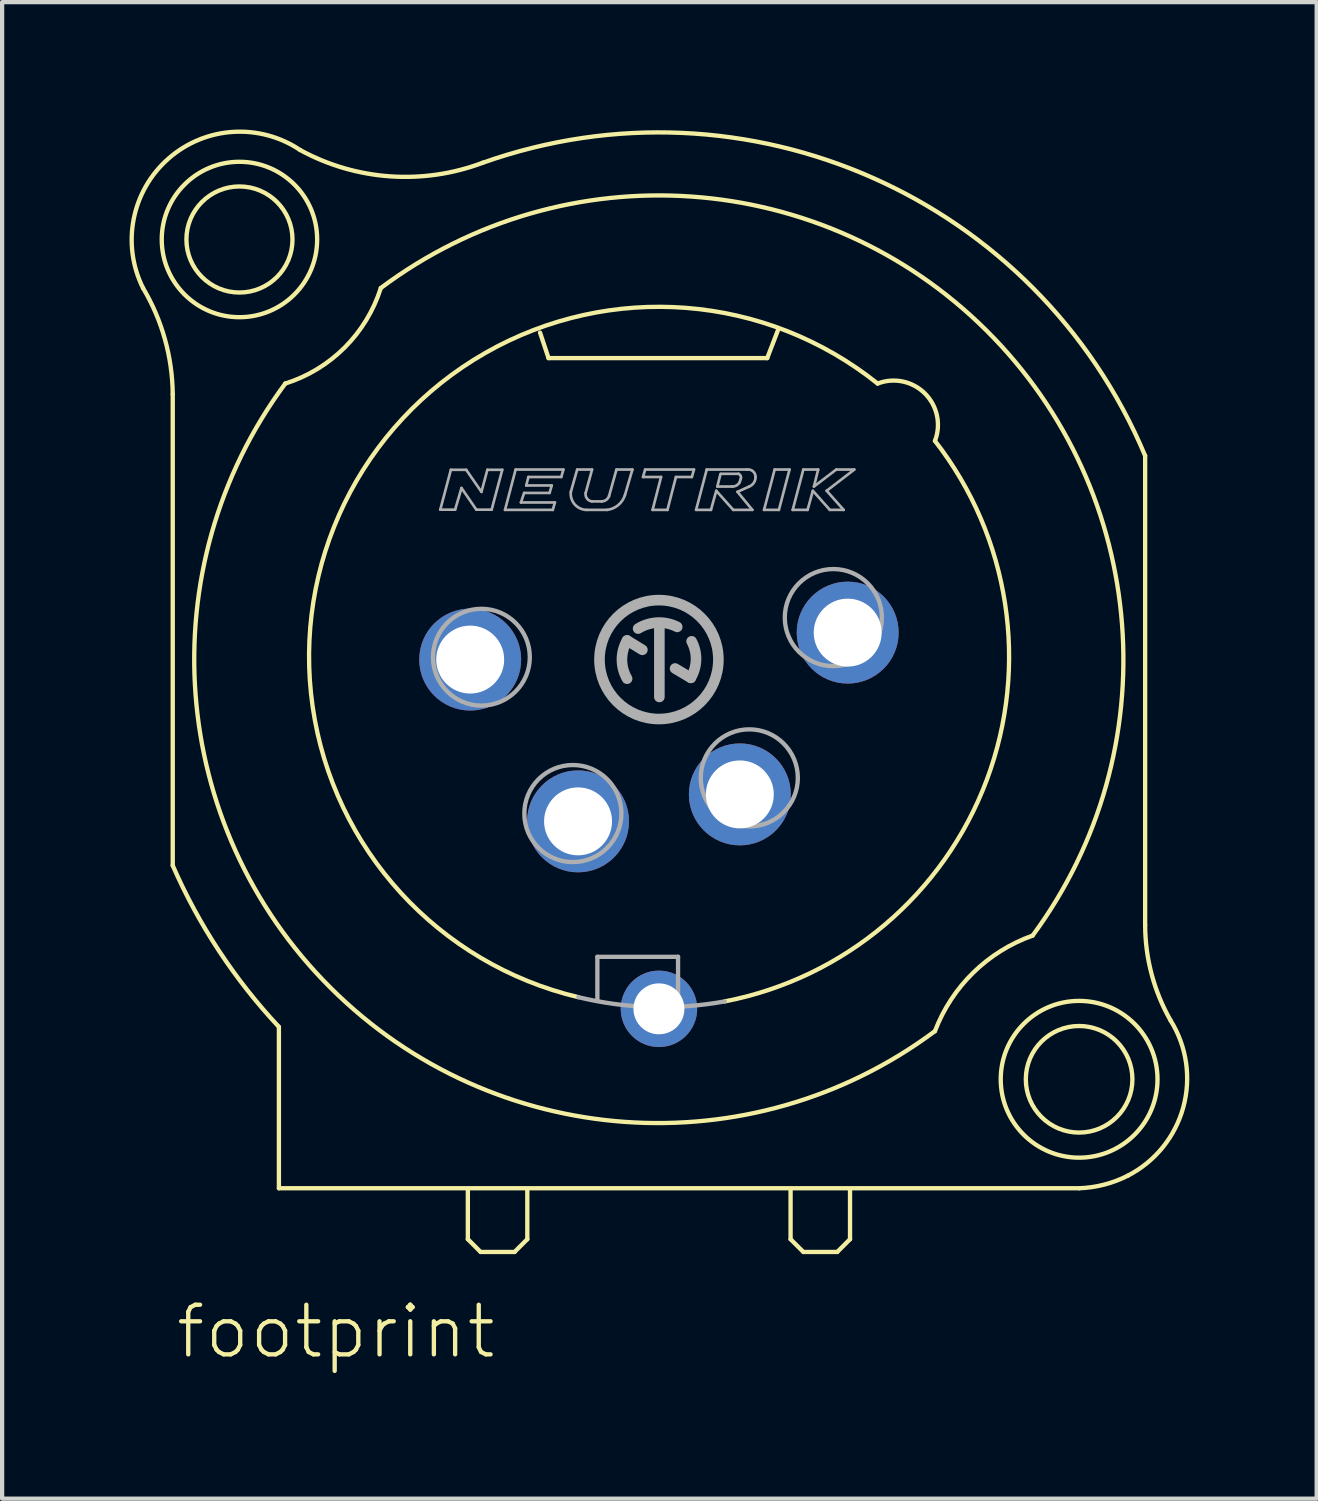
<source format=kicad_pcb>
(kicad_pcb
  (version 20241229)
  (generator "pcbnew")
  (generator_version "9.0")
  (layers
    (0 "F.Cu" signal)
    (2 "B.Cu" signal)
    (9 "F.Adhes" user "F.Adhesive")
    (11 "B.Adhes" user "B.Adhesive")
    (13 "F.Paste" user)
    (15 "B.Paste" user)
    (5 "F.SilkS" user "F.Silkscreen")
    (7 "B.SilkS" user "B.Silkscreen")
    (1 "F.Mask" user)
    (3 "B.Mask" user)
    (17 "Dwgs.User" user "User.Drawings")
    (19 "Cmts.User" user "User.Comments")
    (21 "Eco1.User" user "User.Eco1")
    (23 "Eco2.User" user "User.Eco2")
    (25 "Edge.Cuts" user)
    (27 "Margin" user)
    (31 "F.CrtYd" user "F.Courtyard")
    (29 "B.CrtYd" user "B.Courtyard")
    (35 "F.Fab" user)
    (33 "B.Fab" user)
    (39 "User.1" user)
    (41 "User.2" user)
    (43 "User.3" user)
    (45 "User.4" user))
  (footprint "footprint"
    (layer "F.Cu")
    (at 12.468 12.483)
    (property "Reference" "footprint" (at -11.43 16.51 0) (layer "F.SilkS") (effects (font (size 1.168 1.168) (thickness 0.102)) (justify left bottom)))
    (fp_line (start -11.45 -6.25) (end -11.45 4.85) (stroke (width 0.102) (type solid)) (layer "F.SilkS"))
    (fp_line (start -8.95 8.65) (end -8.95 12.45) (stroke (width 0.102) (type solid)) (layer "F.SilkS"))
    (fp_line (start -8.95 12.45) (end 9.9 12.45) (stroke (width 0.102) (type solid)) (layer "F.SilkS"))
    (fp_line (start -4.5 12.5) (end -4.5 13.65) (stroke (width 0.102) (type solid)) (layer "F.SilkS"))
    (fp_line (start -4.5 13.65) (end -4.2 13.95) (stroke (width 0.102) (type solid)) (layer "F.SilkS"))
    (fp_line (start -4.2 13.95) (end -3.4 13.95) (stroke (width 0.102) (type solid)) (layer "F.SilkS"))
    (fp_line (start -3.4 13.95) (end -3.1 13.65) (stroke (width 0.102) (type solid)) (layer "F.SilkS"))
    (fp_line (start -3.1 13.65) (end -3.1 12.5) (stroke (width 0.102) (type solid)) (layer "F.SilkS"))
    (fp_line (start -2.8 -7.7) (end -2.6 -7.1) (stroke (width 0.102) (type solid)) (layer "F.SilkS"))
    (fp_line (start -2.6 -7.1) (end 2.55 -7.1) (stroke (width 0.102) (type solid)) (layer "F.SilkS"))
    (fp_line (start 2.55 -7.1) (end 2.8 -7.75) (stroke (width 0.102) (type solid)) (layer "F.SilkS"))
    (fp_line (start 3.1 12.5) (end 3.1 13.65) (stroke (width 0.102) (type solid)) (layer "F.SilkS"))
    (fp_line (start 3.1 13.65) (end 3.4 13.95) (stroke (width 0.102) (type solid)) (layer "F.SilkS"))
    (fp_line (start 3.4 13.95) (end 4.2 13.95) (stroke (width 0.102) (type solid)) (layer "F.SilkS"))
    (fp_line (start 4.2 13.95) (end 4.5 13.65) (stroke (width 0.102) (type solid)) (layer "F.SilkS"))
    (fp_line (start 4.5 13.65) (end 4.5 12.5) (stroke (width 0.102) (type solid)) (layer "F.SilkS"))
    (fp_line (start 11.45 6.25) (end 11.45 -4.8) (stroke (width 0.102) (type solid)) (layer "F.SilkS"))
    (fp_arc (start -12.15 -8.75) (mid -11.634641 -7.5463) (end -11.45 -6.25) (stroke (width 0.1016) (type solid)) (layer "F.SilkS"))
    (fp_arc (start -12.149999 -8.75) (mid -11.550562 -11.798717) (end -8.45 -12) (stroke (width 0.1016) (type solid)) (layer "F.SilkS"))
    (fp_arc (start -8.95 8.65) (mid -10.362445 6.856872) (end -11.45 4.85) (stroke (width 0.1016) (type solid)) (layer "F.SilkS"))
    (fp_arc (start -6.55 -8.75) (mid 7.709645 -7.752825) (end 8.799998 6.499998) (stroke (width 0.1016) (type solid)) (layer "F.SilkS"))
    (fp_arc (start -6.55 -8.749999) (mid -7.399996 -7.349995) (end -8.8 -6.5) (stroke (width 0.1016) (type solid)) (layer "F.SilkS"))
    (fp_arc (start -4.15 -11.7) (mid -6.332781 -11.380141) (end -8.45 -12) (stroke (width 0.1016) (type solid)) (layer "F.SilkS"))
    (fp_arc (start -4.15 -11.7) (mid 5.021613 -11.351038) (end 11.45 -4.8) (stroke (width 0.1016) (type solid)) (layer "F.SilkS"))
    (fp_arc (start -1.9 7.95) (mid -7.405 -3.680638) (end 5.149998 -6.499999) (stroke (width 0.1016) (type solid)) (layer "F.SilkS"))
    (fp_arc (start 5.15 -6.5) (mid 6.265153 -6.265153) (end 6.5 -5.15) (stroke (width 0.1016) (type solid)) (layer "F.SilkS"))
    (fp_arc (start 6.5 -5.15) (mid 7.719787 2.835545) (end 1.550002 8.050001) (stroke (width 0.1016) (type solid)) (layer "F.SilkS"))
    (fp_arc (start 6.5 8.75) (mid -7.7333 7.729886) (end -8.799998 -6.499998) (stroke (width 0.1016) (type solid)) (layer "F.SilkS"))
    (fp_arc (start 6.500001 8.749999) (mid 7.402452 7.37195) (end 8.8 6.5) (stroke (width 0.1016) (type solid)) (layer "F.SilkS"))
    (fp_arc (start 11.05 12.15) (mid 10.491533 12.363377) (end 9.9 12.45) (stroke (width 0.1016) (type solid)) (layer "F.SilkS"))
    (fp_arc (start 12.05 8.5) (mid 12.348211 10.543688) (end 11.05 12.15) (stroke (width 0.1016) (type solid)) (layer "F.SilkS"))
    (fp_arc (start 12.05 8.5) (mid 11.603713 7.41401) (end 11.45 6.25) (stroke (width 0.1016) (type solid)) (layer "F.SilkS"))
    (fp_circle (center -9.879 -9.893) (end -8.63 -9.893) (stroke (width 0.102) (type solid)) (fill no) (layer "F.SilkS"))
    (fp_circle (center -9.879 -9.893) (end -8.049 -9.893) (stroke (width 0.102) (type solid)) (fill no) (layer "F.SilkS"))
    (fp_circle (center 9.895 9.884) (end 11.15 9.884) (stroke (width 0.102) (type solid)) (fill no) (layer "F.SilkS"))
    (fp_circle (center 9.895 9.884) (end 11.741 9.884) (stroke (width 0.102) (type solid)) (fill no) (layer "F.SilkS"))
    (fp_line (start -5.15 -3.53) (end -4.9 -4.47) (stroke (width 0.063) (type solid)) (layer "F.Fab"))
    (fp_line (start -4.9 -4.47) (end -4.54 -4.47) (stroke (width 0.063) (type solid)) (layer "F.Fab"))
    (fp_line (start -4.8 -3.53) (end -5.15 -3.53) (stroke (width 0.063) (type solid)) (layer "F.Fab"))
    (fp_line (start -4.65 -4.04) (end -4.8 -3.53) (stroke (width 0.063) (type solid)) (layer "F.Fab"))
    (fp_line (start -4.54 -4.47) (end -4.18 -3.95) (stroke (width 0.063) (type solid)) (layer "F.Fab"))
    (fp_line (start -4.3 -3.53) (end -4.65 -4.04) (stroke (width 0.063) (type solid)) (layer "F.Fab"))
    (fp_line (start -4.18 -3.95) (end -4.04 -4.47) (stroke (width 0.063) (type solid)) (layer "F.Fab"))
    (fp_line (start -4.04 -4.47) (end -3.69 -4.47) (stroke (width 0.063) (type solid)) (layer "F.Fab"))
    (fp_line (start -3.94 -3.53) (end -4.3 -3.53) (stroke (width 0.063) (type solid)) (layer "F.Fab"))
    (fp_line (start -3.69 -4.47) (end -3.94 -3.53) (stroke (width 0.063) (type solid)) (layer "F.Fab"))
    (fp_line (start -3.625 -3.525) (end -3.375 -4.475) (stroke (width 0.063) (type solid)) (layer "F.Fab"))
    (fp_line (start -3.375 -4.475) (end -2.25 -4.475) (stroke (width 0.063) (type solid)) (layer "F.Fab"))
    (fp_line (start -3.25 -3.7) (end -2.45 -3.7) (stroke (width 0.063) (type solid)) (layer "F.Fab"))
    (fp_line (start -3.175 -3.925) (end -3.25 -3.7) (stroke (width 0.063) (type solid)) (layer "F.Fab"))
    (fp_line (start -3.125 -4.1) (end -2.525 -4.1) (stroke (width 0.063) (type solid)) (layer "F.Fab"))
    (fp_line (start -3.075 -4.3) (end -3.125 -4.1) (stroke (width 0.063) (type solid)) (layer "F.Fab"))
    (fp_line (start -2.575 -3.925) (end -3.175 -3.925) (stroke (width 0.063) (type solid)) (layer "F.Fab"))
    (fp_line (start -2.525 -4.1) (end -2.575 -3.925) (stroke (width 0.063) (type solid)) (layer "F.Fab"))
    (fp_line (start -2.5 -3.525) (end -3.625 -3.525) (stroke (width 0.063) (type solid)) (layer "F.Fab"))
    (fp_line (start -2.45 -3.7) (end -2.5 -3.525) (stroke (width 0.063) (type solid)) (layer "F.Fab"))
    (fp_line (start -2.3 -4.3) (end -3.075 -4.3) (stroke (width 0.063) (type solid)) (layer "F.Fab"))
    (fp_line (start -2.25 -4.475) (end -2.3 -4.3) (stroke (width 0.063) (type solid)) (layer "F.Fab"))
    (fp_line (start -2.075 -3.95) (end -1.925 -4.475) (stroke (width 0.063) (type solid)) (layer "F.Fab"))
    (fp_line (start -1.925 -4.475) (end -1.575 -4.475) (stroke (width 0.063) (type solid)) (layer "F.Fab"))
    (fp_line (start -1.575 -4.475) (end -1.725 -3.925) (stroke (width 0.063) (type solid)) (layer "F.Fab"))
    (fp_line (start -1.575 -3.725) (end -1.35 -3.725) (stroke (width 0.063) (type solid)) (layer "F.Fab"))
    (fp_line (start -1.45 7) (end 0.45 7) (stroke (width 0.102) (type solid)) (layer "F.Fab"))
    (fp_line (start -1.45 8) (end -1.45 7) (stroke (width 0.102) (type solid)) (layer "F.Fab"))
    (fp_line (start -1.225 -3.525) (end -1.7 -3.525) (stroke (width 0.063) (type solid)) (layer "F.Fab"))
    (fp_line (start -1.175 -3.85) (end -1 -4.475) (stroke (width 0.063) (type solid)) (layer "F.Fab"))
    (fp_line (start -1 -4.475) (end -0.625 -4.475) (stroke (width 0.063) (type solid)) (layer "F.Fab"))
    (fp_line (start -0.75 -0.45) (end -0.39 -0.23) (stroke (width 0.25) (type solid)) (layer "F.Fab"))
    (fp_line (start -0.625 -4.475) (end -0.8 -3.875) (stroke (width 0.063) (type solid)) (layer "F.Fab"))
    (fp_line (start -0.375 -4.3) (end -0.325 -4.475) (stroke (width 0.063) (type solid)) (layer "F.Fab"))
    (fp_line (start -0.325 -4.475) (end 0.825 -4.475) (stroke (width 0.063) (type solid)) (layer "F.Fab"))
    (fp_line (start -0.15 -3.525) (end 0.05 -4.3) (stroke (width 0.063) (type solid)) (layer "F.Fab"))
    (fp_line (start 0.01 0.88) (end 0.01 -0.78) (stroke (width 0.25) (type solid)) (layer "F.Fab"))
    (fp_line (start 0.05 -4.3) (end -0.375 -4.3) (stroke (width 0.063) (type solid)) (layer "F.Fab"))
    (fp_line (start 0.2 -3.525) (end -0.15 -3.525) (stroke (width 0.063) (type solid)) (layer "F.Fab"))
    (fp_line (start 0.38 0.21) (end 0.75 0.43) (stroke (width 0.25) (type solid)) (layer "F.Fab"))
    (fp_line (start 0.4 -4.3) (end 0.2 -3.525) (stroke (width 0.063) (type solid)) (layer "F.Fab"))
    (fp_line (start 0.45 7) (end 0.45 8.15) (stroke (width 0.102) (type solid)) (layer "F.Fab"))
    (fp_line (start 0.775 -4.3) (end 0.4 -4.3) (stroke (width 0.063) (type solid)) (layer "F.Fab"))
    (fp_line (start 0.825 -4.475) (end 0.775 -4.3) (stroke (width 0.063) (type solid)) (layer "F.Fab"))
    (fp_line (start 0.875 -3.525) (end 1.125 -4.475) (stroke (width 0.063) (type solid)) (layer "F.Fab"))
    (fp_line (start 1.125 -4.475) (end 2.075 -4.475) (stroke (width 0.063) (type solid)) (layer "F.Fab"))
    (fp_line (start 1.225 -3.525) (end 0.875 -3.525) (stroke (width 0.063) (type solid)) (layer "F.Fab"))
    (fp_line (start 1.35 -3.975) (end 1.225 -3.525) (stroke (width 0.063) (type solid)) (layer "F.Fab"))
    (fp_line (start 1.375 -4.075) (end 1.725 -4.075) (stroke (width 0.063) (type solid)) (layer "F.Fab"))
    (fp_line (start 1.45 -4.375) (end 1.375 -4.075) (stroke (width 0.063) (type solid)) (layer "F.Fab"))
    (fp_line (start 1.75 -3.525) (end 1.35 -3.975) (stroke (width 0.063) (type solid)) (layer "F.Fab"))
    (fp_line (start 1.85 -3.95) (end 2.2 -3.525) (stroke (width 0.063) (type solid)) (layer "F.Fab"))
    (fp_line (start 1.875 -4.375) (end 1.475 -4.375) (stroke (width 0.063) (type solid)) (layer "F.Fab"))
    (fp_line (start 1.9 -4.175) (end 1.925 -4.25) (stroke (width 0.063) (type solid)) (layer "F.Fab"))
    (fp_line (start 2.125 -4.075) (end 1.85 -3.95) (stroke (width 0.063) (type solid)) (layer "F.Fab"))
    (fp_line (start 2.2 -3.525) (end 1.75 -3.525) (stroke (width 0.063) (type solid)) (layer "F.Fab"))
    (fp_line (start 2.475 -3.525) (end 2.725 -4.475) (stroke (width 0.063) (type solid)) (layer "F.Fab"))
    (fp_line (start 2.725 -4.475) (end 3.075 -4.475) (stroke (width 0.063) (type solid)) (layer "F.Fab"))
    (fp_line (start 2.825 -3.525) (end 2.475 -3.525) (stroke (width 0.063) (type solid)) (layer "F.Fab"))
    (fp_line (start 3.075 -4.475) (end 2.825 -3.525) (stroke (width 0.063) (type solid)) (layer "F.Fab"))
    (fp_line (start 3.15 -3.525) (end 3.5 -3.525) (stroke (width 0.063) (type solid)) (layer "F.Fab"))
    (fp_line (start 3.4 -4.475) (end 3.15 -3.525) (stroke (width 0.063) (type solid)) (layer "F.Fab"))
    (fp_line (start 3.5 -3.525) (end 3.625 -3.975) (stroke (width 0.063) (type solid)) (layer "F.Fab"))
    (fp_line (start 3.625 -3.975) (end 4.025 -3.525) (stroke (width 0.063) (type solid)) (layer "F.Fab"))
    (fp_line (start 3.65 -4.075) (end 3.75 -4.475) (stroke (width 0.063) (type solid)) (layer "F.Fab"))
    (fp_line (start 3.75 -4.475) (end 3.4 -4.475) (stroke (width 0.063) (type solid)) (layer "F.Fab"))
    (fp_line (start 3.95 -3.975) (end 4.6 -4.475) (stroke (width 0.063) (type solid)) (layer "F.Fab"))
    (fp_line (start 4.025 -3.525) (end 4.35 -3.525) (stroke (width 0.063) (type solid)) (layer "F.Fab"))
    (fp_line (start 4.175 -4.475) (end 3.65 -4.075) (stroke (width 0.063) (type solid)) (layer "F.Fab"))
    (fp_line (start 4.35 -3.525) (end 3.95 -3.975) (stroke (width 0.063) (type solid)) (layer "F.Fab"))
    (fp_line (start 4.6 -4.475) (end 4.175 -4.475) (stroke (width 0.063) (type solid)) (layer "F.Fab"))
    (fp_arc (start -1.7 -3.525) (mid -1.982521 -3.653658) (end -2.075 -3.95) (stroke (width 0.0634) (type solid)) (layer "F.Fab"))
    (fp_arc (start -1.575001 -3.724999) (mid -1.694241 -3.79182) (end -1.725 -3.925) (stroke (width 0.0634) (type solid)) (layer "F.Fab"))
    (fp_arc (start -1.175 -3.849999) (mid -1.243041 -3.760257) (end -1.35 -3.725) (stroke (width 0.0634) (type solid)) (layer "F.Fab"))
    (fp_arc (start -0.8 -3.875) (mid -0.960298 -3.636613) (end -1.224999 -3.525) (stroke (width 0.0634) (type solid)) (layer "F.Fab"))
    (fp_arc (start -0.75 0.45) (mid -0.871403 0) (end -0.75 -0.45) (stroke (width 0.25) (type solid)) (layer "F.Fab"))
    (fp_arc (start -0.49 -0.73) (mid -0.035247 -0.870661) (end 0.429999 -0.77) (stroke (width 0.25) (type solid)) (layer "F.Fab"))
    (fp_arc (start 0.769999 -0.430001) (mid 0.873225 0.002632) (end 0.75 0.43) (stroke (width 0.25) (type solid)) (layer "F.Fab"))
    (fp_arc (start 1.55 8.05) (mid -0.180258 8.181405) (end -1.9 7.95) (stroke (width 0.1016) (type solid)) (layer "F.Fab"))
    (fp_arc (start 1.875 -4.375) (mid 1.925888 -4.322855) (end 1.925 -4.25) (stroke (width 0.0634) (type solid)) (layer "F.Fab"))
    (fp_arc (start 1.899999 -4.175) (mid 1.82636 -4.100745) (end 1.725 -4.075) (stroke (width 0.0634) (type solid)) (layer "F.Fab"))
    (fp_arc (start 2.075 -4.475) (mid 2.215619 -4.43392) (end 2.275 -4.299998) (stroke (width 0.0634) (type solid)) (layer "F.Fab"))
    (fp_arc (start 2.275 -4.3) (mid 2.235142 -4.164071) (end 2.125 -4.074999) (stroke (width 0.0634) (type solid)) (layer "F.Fab"))
    (fp_circle (center -4.181 -0.056) (end -3.041 -0.056) (stroke (width 0.102) (type solid)) (fill no) (layer "F.Fab"))
    (fp_circle (center -2.027 3.626) (end -0.884 3.626) (stroke (width 0.102) (type solid)) (fill no) (layer "F.Fab"))
    (fp_circle (center 0 0) (end 1.4 0) (stroke (width 0.25) (type solid)) (fill no) (layer "F.Fab"))
    (fp_circle (center 2.128 2.786) (end 3.271 2.786) (stroke (width 0.102) (type solid)) (fill no) (layer "F.Fab"))
    (fp_circle (center 4.107 -0.989) (end 5.25 -0.989) (stroke (width 0.102) (type solid)) (fill no) (layer "F.Fab"))
    (pad "1" thru_hole circle (at -4.445 0) (size 2.4 2.4) (drill 1.6) (layers "*.Cu" "*.Mask"))
    (pad "2" thru_hole circle (at -1.905 3.81) (size 2.4 2.4) (drill 1.6) (layers "*.Cu" "*.Mask"))
    (pad "3" thru_hole circle (at 1.905 3.175) (size 2.4 2.4) (drill 1.6) (layers "*.Cu" "*.Mask"))
    (pad "4" thru_hole circle (at 4.445 -0.635) (size 2.4 2.4) (drill 1.6) (layers "*.Cu" "*.Mask"))
    (pad "G" thru_hole circle (at 0 8.225) (size 1.8 1.8) (drill 1.2) (layers "*.Cu" "*.Mask")))
  (gr_rect
    (start -3 -3)
    (end 27.958 32.243)
    (stroke (width 0.1) (type default))
    (fill no)
    (layer "Edge.Cuts")))
</source>
